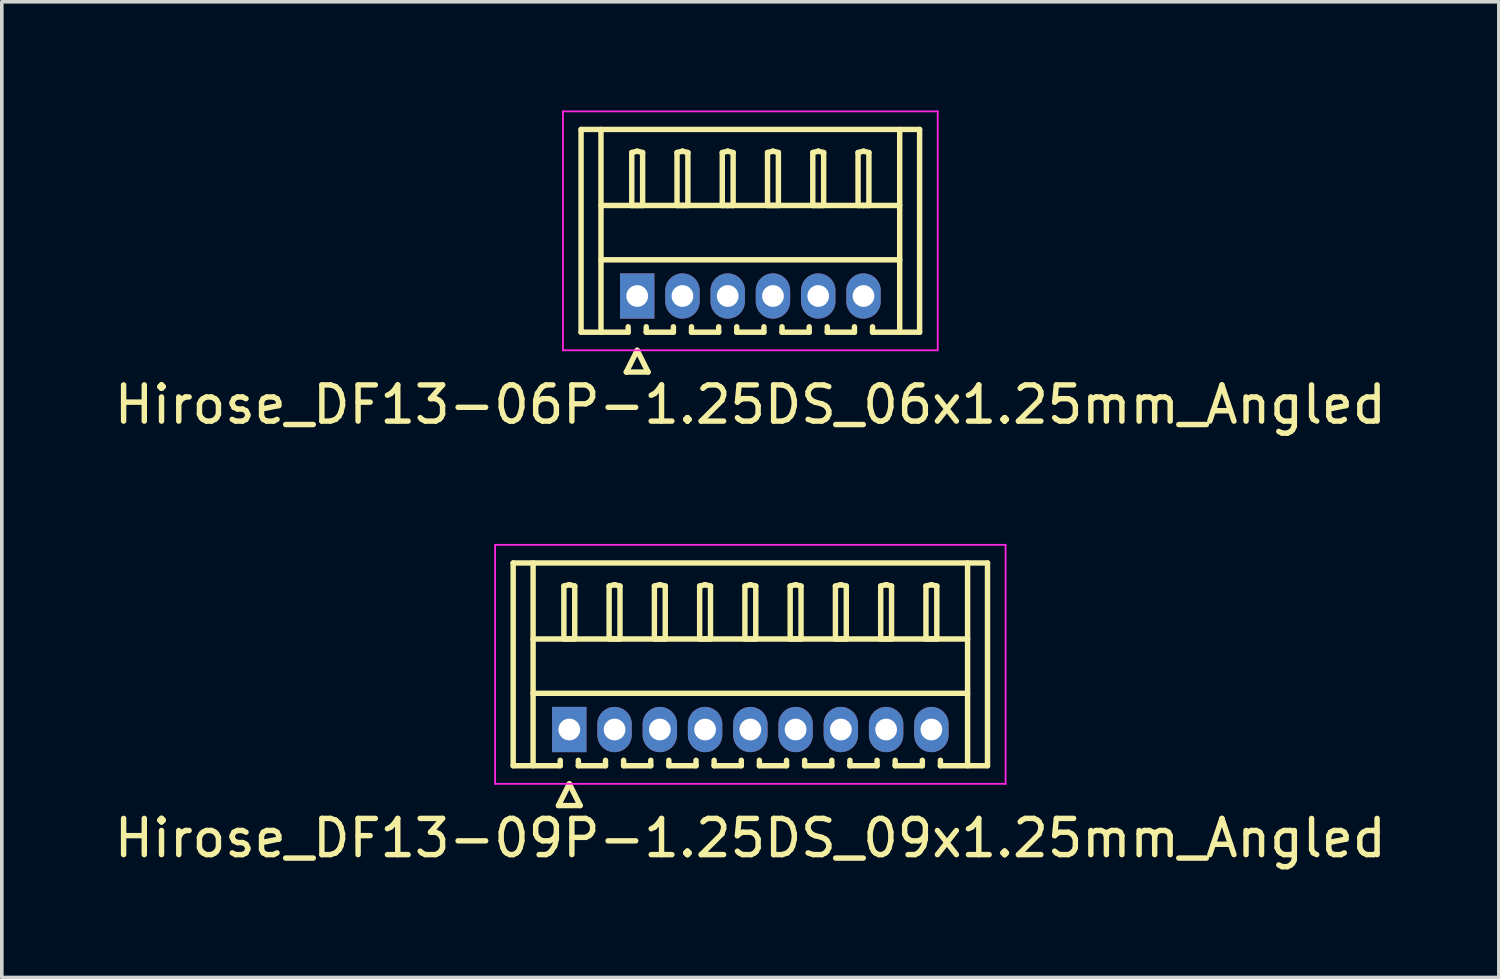
<source format=kicad_pcb>
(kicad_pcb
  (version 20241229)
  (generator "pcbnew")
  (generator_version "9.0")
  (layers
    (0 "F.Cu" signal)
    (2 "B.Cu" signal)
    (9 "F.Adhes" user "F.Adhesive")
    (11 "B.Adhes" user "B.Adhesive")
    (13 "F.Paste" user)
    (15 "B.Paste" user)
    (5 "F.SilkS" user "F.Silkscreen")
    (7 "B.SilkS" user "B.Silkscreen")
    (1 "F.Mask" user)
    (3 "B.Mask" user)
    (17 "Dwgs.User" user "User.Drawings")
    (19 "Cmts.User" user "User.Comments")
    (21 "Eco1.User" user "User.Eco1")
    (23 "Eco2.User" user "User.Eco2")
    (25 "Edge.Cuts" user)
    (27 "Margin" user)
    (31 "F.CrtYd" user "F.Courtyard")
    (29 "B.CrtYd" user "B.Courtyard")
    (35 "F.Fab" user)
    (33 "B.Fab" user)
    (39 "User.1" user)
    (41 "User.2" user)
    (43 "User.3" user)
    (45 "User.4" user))
  (footprint "Hirose_DF13-06P-1.25DS_06x1.25mm_Angled"
    (layer "F.Cu")
    (at 14.548 5.125)
    (property "Reference" "Hirose_DF13-06P-1.25DS_06x1.25mm_Angled" (at 3.125 3 0) (layer "F.SilkS") (effects (font (size 1 1) (thickness 0.15))))
    (attr through_hole)
    (fp_line (start -1.55 -4.6) (end 7.8 -4.6) (stroke (width 0.15) (type solid)) (layer "F.SilkS"))
    (fp_line (start -1.55 1) (end -1.55 -4.6) (stroke (width 0.15) (type solid)) (layer "F.SilkS"))
    (fp_line (start -1 -4.6) (end -1 1) (stroke (width 0.15) (type solid)) (layer "F.SilkS"))
    (fp_line (start -1 -2.5) (end 7.25 -2.5) (stroke (width 0.15) (type solid)) (layer "F.SilkS"))
    (fp_line (start -1 -1) (end 7.25 -1) (stroke (width 0.15) (type solid)) (layer "F.SilkS"))
    (fp_line (start -0.3 2.1) (end 0.3 2.1) (stroke (width 0.15) (type solid)) (layer "F.SilkS"))
    (fp_line (start -0.25 0.85) (end -0.25 1) (stroke (width 0.15) (type solid)) (layer "F.SilkS"))
    (fp_line (start -0.25 1) (end -1.55 1) (stroke (width 0.15) (type solid)) (layer "F.SilkS"))
    (fp_line (start -0.15 -3.962) (end 0 -4) (stroke (width 0.15) (type solid)) (layer "F.SilkS"))
    (fp_line (start -0.15 -2.5) (end -0.15 -3.962) (stroke (width 0.15) (type solid)) (layer "F.SilkS"))
    (fp_line (start 0 -4) (end 0.15 -3.962) (stroke (width 0.15) (type solid)) (layer "F.SilkS"))
    (fp_line (start 0 -2.5) (end -0.15 -2.5) (stroke (width 0.15) (type solid)) (layer "F.SilkS"))
    (fp_line (start 0 1.5) (end -0.3 2.1) (stroke (width 0.15) (type solid)) (layer "F.SilkS"))
    (fp_line (start 0.15 -3.962) (end 0.15 -2.5) (stroke (width 0.15) (type solid)) (layer "F.SilkS"))
    (fp_line (start 0.15 -2.5) (end 0 -2.5) (stroke (width 0.15) (type solid)) (layer "F.SilkS"))
    (fp_line (start 0.25 0.85) (end 0.25 1) (stroke (width 0.15) (type solid)) (layer "F.SilkS"))
    (fp_line (start 0.25 1) (end 1 1) (stroke (width 0.15) (type solid)) (layer "F.SilkS"))
    (fp_line (start 0.3 2.1) (end 0 1.5) (stroke (width 0.15) (type solid)) (layer "F.SilkS"))
    (fp_line (start 1 1) (end 1 0.85) (stroke (width 0.15) (type solid)) (layer "F.SilkS"))
    (fp_line (start 1.1 -3.962) (end 1.25 -4) (stroke (width 0.15) (type solid)) (layer "F.SilkS"))
    (fp_line (start 1.1 -2.5) (end 1.1 -3.962) (stroke (width 0.15) (type solid)) (layer "F.SilkS"))
    (fp_line (start 1.25 -4) (end 1.4 -3.962) (stroke (width 0.15) (type solid)) (layer "F.SilkS"))
    (fp_line (start 1.25 -2.5) (end 1.1 -2.5) (stroke (width 0.15) (type solid)) (layer "F.SilkS"))
    (fp_line (start 1.4 -3.962) (end 1.4 -2.5) (stroke (width 0.15) (type solid)) (layer "F.SilkS"))
    (fp_line (start 1.4 -2.5) (end 1.25 -2.5) (stroke (width 0.15) (type solid)) (layer "F.SilkS"))
    (fp_line (start 1.5 0.85) (end 1.5 1) (stroke (width 0.15) (type solid)) (layer "F.SilkS"))
    (fp_line (start 1.5 1) (end 2.25 1) (stroke (width 0.15) (type solid)) (layer "F.SilkS"))
    (fp_line (start 2.25 1) (end 2.25 0.85) (stroke (width 0.15) (type solid)) (layer "F.SilkS"))
    (fp_line (start 2.35 -3.962) (end 2.5 -4) (stroke (width 0.15) (type solid)) (layer "F.SilkS"))
    (fp_line (start 2.35 -2.5) (end 2.35 -3.962) (stroke (width 0.15) (type solid)) (layer "F.SilkS"))
    (fp_line (start 2.5 -4) (end 2.65 -3.962) (stroke (width 0.15) (type solid)) (layer "F.SilkS"))
    (fp_line (start 2.5 -2.5) (end 2.35 -2.5) (stroke (width 0.15) (type solid)) (layer "F.SilkS"))
    (fp_line (start 2.65 -3.962) (end 2.65 -2.5) (stroke (width 0.15) (type solid)) (layer "F.SilkS"))
    (fp_line (start 2.65 -2.5) (end 2.5 -2.5) (stroke (width 0.15) (type solid)) (layer "F.SilkS"))
    (fp_line (start 2.75 0.85) (end 2.75 1) (stroke (width 0.15) (type solid)) (layer "F.SilkS"))
    (fp_line (start 2.75 1) (end 3.5 1) (stroke (width 0.15) (type solid)) (layer "F.SilkS"))
    (fp_line (start 3.5 1) (end 3.5 0.85) (stroke (width 0.15) (type solid)) (layer "F.SilkS"))
    (fp_line (start 3.6 -3.962) (end 3.75 -4) (stroke (width 0.15) (type solid)) (layer "F.SilkS"))
    (fp_line (start 3.6 -2.5) (end 3.6 -3.962) (stroke (width 0.15) (type solid)) (layer "F.SilkS"))
    (fp_line (start 3.75 -4) (end 3.9 -3.962) (stroke (width 0.15) (type solid)) (layer "F.SilkS"))
    (fp_line (start 3.75 -2.5) (end 3.6 -2.5) (stroke (width 0.15) (type solid)) (layer "F.SilkS"))
    (fp_line (start 3.9 -3.962) (end 3.9 -2.5) (stroke (width 0.15) (type solid)) (layer "F.SilkS"))
    (fp_line (start 3.9 -2.5) (end 3.75 -2.5) (stroke (width 0.15) (type solid)) (layer "F.SilkS"))
    (fp_line (start 4 0.85) (end 4 1) (stroke (width 0.15) (type solid)) (layer "F.SilkS"))
    (fp_line (start 4 1) (end 4.75 1) (stroke (width 0.15) (type solid)) (layer "F.SilkS"))
    (fp_line (start 4.75 1) (end 4.75 0.85) (stroke (width 0.15) (type solid)) (layer "F.SilkS"))
    (fp_line (start 4.85 -3.962) (end 5 -4) (stroke (width 0.15) (type solid)) (layer "F.SilkS"))
    (fp_line (start 4.85 -2.5) (end 4.85 -3.962) (stroke (width 0.15) (type solid)) (layer "F.SilkS"))
    (fp_line (start 5 -4) (end 5.15 -3.962) (stroke (width 0.15) (type solid)) (layer "F.SilkS"))
    (fp_line (start 5 -2.5) (end 4.85 -2.5) (stroke (width 0.15) (type solid)) (layer "F.SilkS"))
    (fp_line (start 5.15 -3.962) (end 5.15 -2.5) (stroke (width 0.15) (type solid)) (layer "F.SilkS"))
    (fp_line (start 5.15 -2.5) (end 5 -2.5) (stroke (width 0.15) (type solid)) (layer "F.SilkS"))
    (fp_line (start 5.25 0.85) (end 5.25 1) (stroke (width 0.15) (type solid)) (layer "F.SilkS"))
    (fp_line (start 5.25 1) (end 6 1) (stroke (width 0.15) (type solid)) (layer "F.SilkS"))
    (fp_line (start 6 1) (end 6 0.85) (stroke (width 0.15) (type solid)) (layer "F.SilkS"))
    (fp_line (start 6.1 -3.962) (end 6.25 -4) (stroke (width 0.15) (type solid)) (layer "F.SilkS"))
    (fp_line (start 6.1 -2.5) (end 6.1 -3.962) (stroke (width 0.15) (type solid)) (layer "F.SilkS"))
    (fp_line (start 6.25 -4) (end 6.4 -3.962) (stroke (width 0.15) (type solid)) (layer "F.SilkS"))
    (fp_line (start 6.25 -2.5) (end 6.1 -2.5) (stroke (width 0.15) (type solid)) (layer "F.SilkS"))
    (fp_line (start 6.4 -3.962) (end 6.4 -2.5) (stroke (width 0.15) (type solid)) (layer "F.SilkS"))
    (fp_line (start 6.4 -2.5) (end 6.25 -2.5) (stroke (width 0.15) (type solid)) (layer "F.SilkS"))
    (fp_line (start 6.5 1) (end 6.5 0.85) (stroke (width 0.15) (type solid)) (layer "F.SilkS"))
    (fp_line (start 7.25 -4.6) (end 7.25 1) (stroke (width 0.15) (type solid)) (layer "F.SilkS"))
    (fp_line (start 7.8 -4.6) (end 7.8 1) (stroke (width 0.15) (type solid)) (layer "F.SilkS"))
    (fp_line (start 7.8 1) (end 6.5 1) (stroke (width 0.15) (type solid)) (layer "F.SilkS"))
    (fp_line (start -2.05 -5.1) (end -2.05 1.5) (stroke (width 0.05) (type solid)) (layer "F.CrtYd"))
    (fp_line (start -2.05 1.5) (end 8.3 1.5) (stroke (width 0.05) (type solid)) (layer "F.CrtYd"))
    (fp_line (start 8.3 -5.1) (end -2.05 -5.1) (stroke (width 0.05) (type solid)) (layer "F.CrtYd"))
    (fp_line (start 8.3 1.5) (end 8.3 -5.1) (stroke (width 0.05) (type solid)) (layer "F.CrtYd"))
    (pad "1" thru_hole rect (at 0 0) (size 0.95 1.25) (drill 0.6) (layers "*.Cu" "*.Mask"))
    (pad "2" thru_hole oval (at 1.25 0) (size 0.95 1.25) (drill 0.6) (layers "*.Cu" "*.Mask"))
    (pad "3" thru_hole oval (at 2.5 0) (size 0.95 1.25) (drill 0.6) (layers "*.Cu" "*.Mask"))
    (pad "4" thru_hole oval (at 3.75 0) (size 0.95 1.25) (drill 0.6) (layers "*.Cu" "*.Mask"))
    (pad "5" thru_hole oval (at 5 0) (size 0.95 1.25) (drill 0.6) (layers "*.Cu" "*.Mask"))
    (pad "6" thru_hole oval (at 6.25 0) (size 0.95 1.25) (drill 0.6) (layers "*.Cu" "*.Mask")))
  (footprint "Hirose_DF13-09P-1.25DS_09x1.25mm_Angled"
    (layer "F.Cu")
    (at 12.673 17.098)
    (property "Reference" "Hirose_DF13-09P-1.25DS_09x1.25mm_Angled" (at 5 3 0) (layer "F.SilkS") (effects (font (size 1 1) (thickness 0.15))))
    (attr through_hole)
    (fp_line (start -1.55 -4.6) (end 11.55 -4.6) (stroke (width 0.15) (type solid)) (layer "F.SilkS"))
    (fp_line (start -1.55 1) (end -1.55 -4.6) (stroke (width 0.15) (type solid)) (layer "F.SilkS"))
    (fp_line (start -1 -4.6) (end -1 1) (stroke (width 0.15) (type solid)) (layer "F.SilkS"))
    (fp_line (start -1 -2.5) (end 11 -2.5) (stroke (width 0.15) (type solid)) (layer "F.SilkS"))
    (fp_line (start -1 -1) (end 11 -1) (stroke (width 0.15) (type solid)) (layer "F.SilkS"))
    (fp_line (start -0.3 2.1) (end 0.3 2.1) (stroke (width 0.15) (type solid)) (layer "F.SilkS"))
    (fp_line (start -0.25 0.85) (end -0.25 1) (stroke (width 0.15) (type solid)) (layer "F.SilkS"))
    (fp_line (start -0.25 1) (end -1.55 1) (stroke (width 0.15) (type solid)) (layer "F.SilkS"))
    (fp_line (start -0.15 -3.962) (end 0 -4) (stroke (width 0.15) (type solid)) (layer "F.SilkS"))
    (fp_line (start -0.15 -2.5) (end -0.15 -3.962) (stroke (width 0.15) (type solid)) (layer "F.SilkS"))
    (fp_line (start 0 -4) (end 0.15 -3.962) (stroke (width 0.15) (type solid)) (layer "F.SilkS"))
    (fp_line (start 0 -2.5) (end -0.15 -2.5) (stroke (width 0.15) (type solid)) (layer "F.SilkS"))
    (fp_line (start 0 1.5) (end -0.3 2.1) (stroke (width 0.15) (type solid)) (layer "F.SilkS"))
    (fp_line (start 0.15 -3.962) (end 0.15 -2.5) (stroke (width 0.15) (type solid)) (layer "F.SilkS"))
    (fp_line (start 0.15 -2.5) (end 0 -2.5) (stroke (width 0.15) (type solid)) (layer "F.SilkS"))
    (fp_line (start 0.25 0.85) (end 0.25 1) (stroke (width 0.15) (type solid)) (layer "F.SilkS"))
    (fp_line (start 0.25 1) (end 1 1) (stroke (width 0.15) (type solid)) (layer "F.SilkS"))
    (fp_line (start 0.3 2.1) (end 0 1.5) (stroke (width 0.15) (type solid)) (layer "F.SilkS"))
    (fp_line (start 1 1) (end 1 0.85) (stroke (width 0.15) (type solid)) (layer "F.SilkS"))
    (fp_line (start 1.1 -3.962) (end 1.25 -4) (stroke (width 0.15) (type solid)) (layer "F.SilkS"))
    (fp_line (start 1.1 -2.5) (end 1.1 -3.962) (stroke (width 0.15) (type solid)) (layer "F.SilkS"))
    (fp_line (start 1.25 -4) (end 1.4 -3.962) (stroke (width 0.15) (type solid)) (layer "F.SilkS"))
    (fp_line (start 1.25 -2.5) (end 1.1 -2.5) (stroke (width 0.15) (type solid)) (layer "F.SilkS"))
    (fp_line (start 1.4 -3.962) (end 1.4 -2.5) (stroke (width 0.15) (type solid)) (layer "F.SilkS"))
    (fp_line (start 1.4 -2.5) (end 1.25 -2.5) (stroke (width 0.15) (type solid)) (layer "F.SilkS"))
    (fp_line (start 1.5 0.85) (end 1.5 1) (stroke (width 0.15) (type solid)) (layer "F.SilkS"))
    (fp_line (start 1.5 1) (end 2.25 1) (stroke (width 0.15) (type solid)) (layer "F.SilkS"))
    (fp_line (start 2.25 1) (end 2.25 0.85) (stroke (width 0.15) (type solid)) (layer "F.SilkS"))
    (fp_line (start 2.35 -3.962) (end 2.5 -4) (stroke (width 0.15) (type solid)) (layer "F.SilkS"))
    (fp_line (start 2.35 -2.5) (end 2.35 -3.962) (stroke (width 0.15) (type solid)) (layer "F.SilkS"))
    (fp_line (start 2.5 -4) (end 2.65 -3.962) (stroke (width 0.15) (type solid)) (layer "F.SilkS"))
    (fp_line (start 2.5 -2.5) (end 2.35 -2.5) (stroke (width 0.15) (type solid)) (layer "F.SilkS"))
    (fp_line (start 2.65 -3.962) (end 2.65 -2.5) (stroke (width 0.15) (type solid)) (layer "F.SilkS"))
    (fp_line (start 2.65 -2.5) (end 2.5 -2.5) (stroke (width 0.15) (type solid)) (layer "F.SilkS"))
    (fp_line (start 2.75 0.85) (end 2.75 1) (stroke (width 0.15) (type solid)) (layer "F.SilkS"))
    (fp_line (start 2.75 1) (end 3.5 1) (stroke (width 0.15) (type solid)) (layer "F.SilkS"))
    (fp_line (start 3.5 1) (end 3.5 0.85) (stroke (width 0.15) (type solid)) (layer "F.SilkS"))
    (fp_line (start 3.6 -3.962) (end 3.75 -4) (stroke (width 0.15) (type solid)) (layer "F.SilkS"))
    (fp_line (start 3.6 -2.5) (end 3.6 -3.962) (stroke (width 0.15) (type solid)) (layer "F.SilkS"))
    (fp_line (start 3.75 -4) (end 3.9 -3.962) (stroke (width 0.15) (type solid)) (layer "F.SilkS"))
    (fp_line (start 3.75 -2.5) (end 3.6 -2.5) (stroke (width 0.15) (type solid)) (layer "F.SilkS"))
    (fp_line (start 3.9 -3.962) (end 3.9 -2.5) (stroke (width 0.15) (type solid)) (layer "F.SilkS"))
    (fp_line (start 3.9 -2.5) (end 3.75 -2.5) (stroke (width 0.15) (type solid)) (layer "F.SilkS"))
    (fp_line (start 4 0.85) (end 4 1) (stroke (width 0.15) (type solid)) (layer "F.SilkS"))
    (fp_line (start 4 1) (end 4.75 1) (stroke (width 0.15) (type solid)) (layer "F.SilkS"))
    (fp_line (start 4.75 1) (end 4.75 0.85) (stroke (width 0.15) (type solid)) (layer "F.SilkS"))
    (fp_line (start 4.85 -3.962) (end 5 -4) (stroke (width 0.15) (type solid)) (layer "F.SilkS"))
    (fp_line (start 4.85 -2.5) (end 4.85 -3.962) (stroke (width 0.15) (type solid)) (layer "F.SilkS"))
    (fp_line (start 5 -4) (end 5.15 -3.962) (stroke (width 0.15) (type solid)) (layer "F.SilkS"))
    (fp_line (start 5 -2.5) (end 4.85 -2.5) (stroke (width 0.15) (type solid)) (layer "F.SilkS"))
    (fp_line (start 5.15 -3.962) (end 5.15 -2.5) (stroke (width 0.15) (type solid)) (layer "F.SilkS"))
    (fp_line (start 5.15 -2.5) (end 5 -2.5) (stroke (width 0.15) (type solid)) (layer "F.SilkS"))
    (fp_line (start 5.25 0.85) (end 5.25 1) (stroke (width 0.15) (type solid)) (layer "F.SilkS"))
    (fp_line (start 5.25 1) (end 6 1) (stroke (width 0.15) (type solid)) (layer "F.SilkS"))
    (fp_line (start 6 1) (end 6 0.85) (stroke (width 0.15) (type solid)) (layer "F.SilkS"))
    (fp_line (start 6.1 -3.962) (end 6.25 -4) (stroke (width 0.15) (type solid)) (layer "F.SilkS"))
    (fp_line (start 6.1 -2.5) (end 6.1 -3.962) (stroke (width 0.15) (type solid)) (layer "F.SilkS"))
    (fp_line (start 6.25 -4) (end 6.4 -3.962) (stroke (width 0.15) (type solid)) (layer "F.SilkS"))
    (fp_line (start 6.25 -2.5) (end 6.1 -2.5) (stroke (width 0.15) (type solid)) (layer "F.SilkS"))
    (fp_line (start 6.4 -3.962) (end 6.4 -2.5) (stroke (width 0.15) (type solid)) (layer "F.SilkS"))
    (fp_line (start 6.4 -2.5) (end 6.25 -2.5) (stroke (width 0.15) (type solid)) (layer "F.SilkS"))
    (fp_line (start 6.5 0.85) (end 6.5 1) (stroke (width 0.15) (type solid)) (layer "F.SilkS"))
    (fp_line (start 6.5 1) (end 7.25 1) (stroke (width 0.15) (type solid)) (layer "F.SilkS"))
    (fp_line (start 7.25 1) (end 7.25 0.85) (stroke (width 0.15) (type solid)) (layer "F.SilkS"))
    (fp_line (start 7.35 -3.962) (end 7.5 -4) (stroke (width 0.15) (type solid)) (layer "F.SilkS"))
    (fp_line (start 7.35 -2.5) (end 7.35 -3.962) (stroke (width 0.15) (type solid)) (layer "F.SilkS"))
    (fp_line (start 7.5 -4) (end 7.65 -3.962) (stroke (width 0.15) (type solid)) (layer "F.SilkS"))
    (fp_line (start 7.5 -2.5) (end 7.35 -2.5) (stroke (width 0.15) (type solid)) (layer "F.SilkS"))
    (fp_line (start 7.65 -3.962) (end 7.65 -2.5) (stroke (width 0.15) (type solid)) (layer "F.SilkS"))
    (fp_line (start 7.65 -2.5) (end 7.5 -2.5) (stroke (width 0.15) (type solid)) (layer "F.SilkS"))
    (fp_line (start 7.75 0.85) (end 7.75 1) (stroke (width 0.15) (type solid)) (layer "F.SilkS"))
    (fp_line (start 7.75 1) (end 8.5 1) (stroke (width 0.15) (type solid)) (layer "F.SilkS"))
    (fp_line (start 8.5 1) (end 8.5 0.85) (stroke (width 0.15) (type solid)) (layer "F.SilkS"))
    (fp_line (start 8.6 -3.962) (end 8.75 -4) (stroke (width 0.15) (type solid)) (layer "F.SilkS"))
    (fp_line (start 8.6 -2.5) (end 8.6 -3.962) (stroke (width 0.15) (type solid)) (layer "F.SilkS"))
    (fp_line (start 8.75 -4) (end 8.9 -3.962) (stroke (width 0.15) (type solid)) (layer "F.SilkS"))
    (fp_line (start 8.75 -2.5) (end 8.6 -2.5) (stroke (width 0.15) (type solid)) (layer "F.SilkS"))
    (fp_line (start 8.9 -3.962) (end 8.9 -2.5) (stroke (width 0.15) (type solid)) (layer "F.SilkS"))
    (fp_line (start 8.9 -2.5) (end 8.75 -2.5) (stroke (width 0.15) (type solid)) (layer "F.SilkS"))
    (fp_line (start 9 0.85) (end 9 1) (stroke (width 0.15) (type solid)) (layer "F.SilkS"))
    (fp_line (start 9 1) (end 9.75 1) (stroke (width 0.15) (type solid)) (layer "F.SilkS"))
    (fp_line (start 9.75 1) (end 9.75 0.85) (stroke (width 0.15) (type solid)) (layer "F.SilkS"))
    (fp_line (start 9.85 -3.962) (end 10 -4) (stroke (width 0.15) (type solid)) (layer "F.SilkS"))
    (fp_line (start 9.85 -2.5) (end 9.85 -3.962) (stroke (width 0.15) (type solid)) (layer "F.SilkS"))
    (fp_line (start 10 -4) (end 10.15 -3.962) (stroke (width 0.15) (type solid)) (layer "F.SilkS"))
    (fp_line (start 10 -2.5) (end 9.85 -2.5) (stroke (width 0.15) (type solid)) (layer "F.SilkS"))
    (fp_line (start 10.15 -3.962) (end 10.15 -2.5) (stroke (width 0.15) (type solid)) (layer "F.SilkS"))
    (fp_line (start 10.15 -2.5) (end 10 -2.5) (stroke (width 0.15) (type solid)) (layer "F.SilkS"))
    (fp_line (start 10.25 1) (end 10.25 0.85) (stroke (width 0.15) (type solid)) (layer "F.SilkS"))
    (fp_line (start 11 -4.6) (end 11 1) (stroke (width 0.15) (type solid)) (layer "F.SilkS"))
    (fp_line (start 11.55 -4.6) (end 11.55 1) (stroke (width 0.15) (type solid)) (layer "F.SilkS"))
    (fp_line (start 11.55 1) (end 10.25 1) (stroke (width 0.15) (type solid)) (layer "F.SilkS"))
    (fp_line (start -2.05 -5.1) (end -2.05 1.5) (stroke (width 0.05) (type solid)) (layer "F.CrtYd"))
    (fp_line (start -2.05 1.5) (end 12.05 1.5) (stroke (width 0.05) (type solid)) (layer "F.CrtYd"))
    (fp_line (start 12.05 -5.1) (end -2.05 -5.1) (stroke (width 0.05) (type solid)) (layer "F.CrtYd"))
    (fp_line (start 12.05 1.5) (end 12.05 -5.1) (stroke (width 0.05) (type solid)) (layer "F.CrtYd"))
    (pad "1" thru_hole rect (at 0 0) (size 0.95 1.25) (drill 0.6) (layers "*.Cu" "*.Mask"))
    (pad "2" thru_hole oval (at 1.25 0) (size 0.95 1.25) (drill 0.6) (layers "*.Cu" "*.Mask"))
    (pad "3" thru_hole oval (at 2.5 0) (size 0.95 1.25) (drill 0.6) (layers "*.Cu" "*.Mask"))
    (pad "4" thru_hole oval (at 3.75 0) (size 0.95 1.25) (drill 0.6) (layers "*.Cu" "*.Mask"))
    (pad "5" thru_hole oval (at 5 0) (size 0.95 1.25) (drill 0.6) (layers "*.Cu" "*.Mask"))
    (pad "6" thru_hole oval (at 6.25 0) (size 0.95 1.25) (drill 0.6) (layers "*.Cu" "*.Mask"))
    (pad "7" thru_hole oval (at 7.5 0) (size 0.95 1.25) (drill 0.6) (layers "*.Cu" "*.Mask"))
    (pad "8" thru_hole oval (at 8.75 0) (size 0.95 1.25) (drill 0.6) (layers "*.Cu" "*.Mask"))
    (pad "9" thru_hole oval (at 10 0) (size 0.95 1.25) (drill 0.6) (layers "*.Cu" "*.Mask")))
  (gr_rect
    (start -3 -3)
    (end 38.345 23.947)
    (stroke (width 0.1) (type default))
    (fill no)
    (layer "Edge.Cuts")))
</source>
